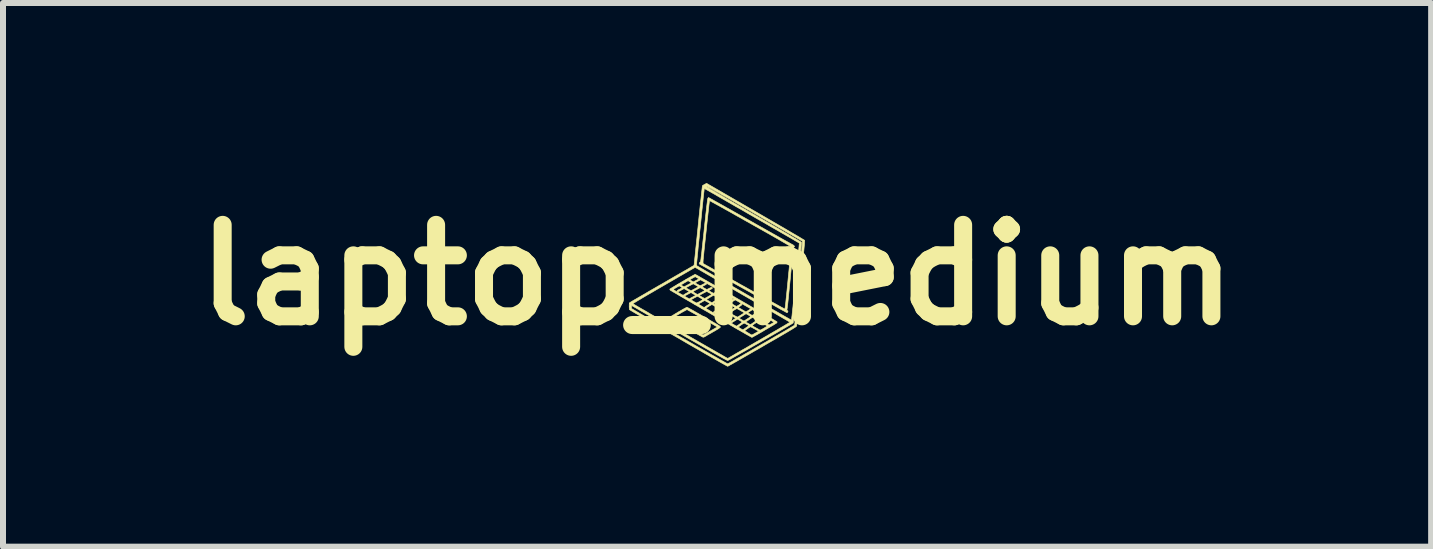
<source format=kicad_pcb>
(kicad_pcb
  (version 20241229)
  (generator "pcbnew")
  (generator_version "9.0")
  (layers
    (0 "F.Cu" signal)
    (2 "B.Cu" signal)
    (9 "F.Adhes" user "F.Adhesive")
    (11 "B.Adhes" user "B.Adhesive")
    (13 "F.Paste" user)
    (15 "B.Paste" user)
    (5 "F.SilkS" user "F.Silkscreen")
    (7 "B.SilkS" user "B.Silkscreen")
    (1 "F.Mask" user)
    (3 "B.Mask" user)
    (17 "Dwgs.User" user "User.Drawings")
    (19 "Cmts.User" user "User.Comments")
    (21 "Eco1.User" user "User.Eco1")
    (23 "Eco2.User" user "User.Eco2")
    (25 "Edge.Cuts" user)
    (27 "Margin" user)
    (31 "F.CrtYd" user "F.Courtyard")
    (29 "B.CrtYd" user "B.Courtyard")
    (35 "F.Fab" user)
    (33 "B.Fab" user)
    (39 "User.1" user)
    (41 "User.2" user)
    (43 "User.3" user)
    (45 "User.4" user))
  (footprint "laptop_medium"
    (layer "F.Cu")
    (at 8.897 1.531)
    (property "Reference" "laptop_medium" (at 0 0 0) (layer "F.SilkS") (effects (font (size 1.524 1.524) (thickness 0.3))))
    (attr through_hole)
    (fp_poly (pts (xy -0.495 0.541) (xy -0.481 0.548) (xy -0.46 0.56) (xy -0.432 0.575) (xy -0.399 0.593) (xy -0.361 0.615) (xy -0.319 0.639) (xy -0.273 0.665) (xy -0.225 0.693) (xy -0.218 0.697) (xy -0.161 0.73) (xy -0.113 0.758) (xy -0.072 0.782) (xy -0.038 0.802) (xy -0.01 0.818) (xy 0.012 0.832) (xy 0.028 0.842) (xy 0.041 0.851) (xy 0.049 0.857) (xy 0.054 0.862) (xy 0.056 0.865) (xy 0.056 0.866) (xy 0.055 0.87) (xy 0.051 0.876) (xy 0.042 0.882) (xy 0.03 0.891) (xy 0.011 0.903) (xy -0.014 0.918) (xy -0.046 0.937) (xy -0.07 0.95) (xy -0.103 0.97) (xy -0.134 0.987) (xy -0.162 1.003) (xy -0.184 1.017) (xy -0.201 1.026) (xy -0.21 1.032) (xy -0.211 1.032) (xy -0.223 1.037) (xy -0.233 1.037) (xy -0.241 1.034) (xy -0.249 1.03) (xy -0.265 1.021) (xy -0.287 1.009) (xy -0.315 0.993) (xy -0.348 0.974) (xy -0.384 0.954) (xy -0.424 0.931) (xy -0.465 0.907) (xy -0.507 0.883) (xy -0.55 0.858) (xy -0.591 0.834) (xy -0.631 0.81) (xy -0.668 0.789) (xy -0.702 0.769) (xy -0.731 0.752) (xy -0.755 0.738) (xy -0.772 0.727) (xy -0.782 0.721) (xy -0.784 0.719) (xy -0.786 0.712) (xy -0.727 0.712) (xy -0.727 0.713) (xy -0.721 0.717) (xy -0.708 0.725) (xy -0.688 0.736) (xy -0.663 0.752) (xy -0.632 0.77) (xy -0.597 0.79) (xy -0.56 0.812) (xy -0.521 0.835) (xy -0.48 0.858) (xy -0.44 0.882) (xy -0.4 0.904) (xy -0.363 0.926) (xy -0.328 0.946) (xy -0.297 0.964) (xy -0.271 0.979) (xy -0.251 0.99) (xy -0.237 0.997) (xy -0.232 1) (xy -0.232 1) (xy -0.226 0.998) (xy -0.213 0.991) (xy -0.194 0.981) (xy -0.169 0.967) (xy -0.141 0.951) (xy -0.111 0.934) (xy 0.005 0.867) (xy -0.009 0.858) (xy -0.023 0.85) (xy -0.043 0.838) (xy -0.07 0.822) (xy -0.101 0.804) (xy -0.136 0.784) (xy -0.174 0.762) (xy -0.213 0.74) (xy -0.254 0.716) (xy -0.294 0.693) (xy -0.334 0.671) (xy -0.371 0.649) (xy -0.406 0.63) (xy -0.436 0.613) (xy -0.462 0.598) (xy -0.482 0.587) (xy -0.495 0.58) (xy -0.5 0.577) (xy -0.5 0.577) (xy -0.506 0.58) (xy -0.519 0.587) (xy -0.539 0.598) (xy -0.563 0.611) (xy -0.592 0.627) (xy -0.618 0.643) (xy -0.655 0.664) (xy -0.684 0.682) (xy -0.707 0.696) (xy -0.721 0.706) (xy -0.727 0.712) (xy -0.786 0.712) (xy -0.786 0.71) (xy -0.786 0.706) (xy -0.781 0.702) (xy -0.769 0.693) (xy -0.751 0.681) (xy -0.727 0.667) (xy -0.7 0.65) (xy -0.671 0.633) (xy -0.64 0.614) (xy -0.609 0.597) (xy -0.58 0.58) (xy -0.554 0.565) (xy -0.531 0.553) (xy -0.514 0.544) (xy -0.503 0.539) (xy -0.501 0.539) (xy -0.495 0.541)) (stroke (width 0.01) (type solid)) (fill yes) (layer "F.SilkS"))
    (fp_poly (pts (xy -0.138 -1.288) (xy -0.125 -1.281) (xy -0.104 -1.269) (xy -0.075 -1.253) (xy -0.04 -1.233) (xy 0.002 -1.21) (xy 0.05 -1.183) (xy 0.104 -1.153) (xy 0.162 -1.12) (xy 0.225 -1.085) (xy 0.292 -1.047) (xy 0.363 -1.007) (xy 0.437 -0.965) (xy 0.513 -0.922) (xy 0.559 -0.897) (xy 0.636 -0.853) (xy 0.712 -0.81) (xy 0.785 -0.769) (xy 0.854 -0.73) (xy 0.92 -0.693) (xy 0.981 -0.659) (xy 1.037 -0.627) (xy 1.089 -0.598) (xy 1.134 -0.573) (xy 1.174 -0.551) (xy 1.207 -0.533) (xy 1.232 -0.519) (xy 1.25 -0.509) (xy 1.26 -0.504) (xy 1.262 -0.503) (xy 1.269 -0.499) (xy 1.279 -0.491) (xy 1.28 -0.49) (xy 1.292 -0.477) (xy 1.281 -0.462) (xy 1.279 -0.459) (xy 1.277 -0.455) (xy 1.276 -0.45) (xy 1.274 -0.441) (xy 1.272 -0.43) (xy 1.27 -0.416) (xy 1.267 -0.397) (xy 1.264 -0.374) (xy 1.261 -0.346) (xy 1.257 -0.311) (xy 1.253 -0.27) (xy 1.248 -0.223) (xy 1.243 -0.167) (xy 1.236 -0.103) (xy 1.229 -0.031) (xy 1.221 0.051) (xy 1.22 0.066) (xy 1.211 0.155) (xy 1.203 0.234) (xy 1.196 0.304) (xy 1.19 0.365) (xy 1.185 0.417) (xy 1.18 0.462) (xy 1.176 0.499) (xy 1.172 0.528) (xy 1.169 0.551) (xy 1.167 0.568) (xy 1.165 0.579) (xy 1.163 0.584) (xy 1.163 0.585) (xy 1.159 0.588) (xy 1.161 0.589) (xy 1.169 0.592) (xy 1.175 0.596) (xy 1.181 0.602) (xy 1.181 0.61) (xy 1.178 0.616) (xy 1.172 0.626) (xy 1.166 0.629) (xy 1.161 0.627) (xy 1.148 0.62) (xy 1.127 0.608) (xy 1.098 0.592) (xy 1.062 0.573) (xy 1.02 0.549) (xy 0.972 0.522) (xy 0.918 0.492) (xy 0.859 0.46) (xy 0.795 0.424) (xy 0.727 0.386) (xy 0.655 0.346) (xy 0.581 0.305) (xy 0.503 0.261) (xy 0.434 0.223) (xy 0.355 0.179) (xy 0.277 0.136) (xy 0.203 0.094) (xy 0.132 0.054) (xy 0.065 0.017) (xy 0.002 -0.018) (xy -0.057 -0.051) (xy -0.11 -0.08) (xy -0.157 -0.107) (xy -0.198 -0.13) (xy -0.233 -0.149) (xy -0.261 -0.164) (xy -0.281 -0.176) (xy -0.293 -0.182) (xy -0.297 -0.184) (xy -0.297 -0.189) (xy -0.294 -0.2) (xy -0.293 -0.202) (xy -0.287 -0.21) (xy -0.233 -0.21) (xy -0.233 -0.202) (xy -0.233 -0.196) (xy -0.232 -0.193) (xy -0.23 -0.19) (xy -0.229 -0.189) (xy -0.228 -0.188) (xy -0.222 -0.185) (xy -0.207 -0.176) (xy -0.186 -0.164) (xy -0.157 -0.148) (xy -0.121 -0.128) (xy -0.08 -0.105) (xy -0.034 -0.079) (xy 0.018 -0.05) (xy 0.073 -0.019) (xy 0.131 0.014) (xy 0.193 0.048) (xy 0.257 0.084) (xy 0.323 0.12) (xy 0.389 0.158) (xy 0.457 0.195) (xy 0.524 0.233) (xy 0.59 0.27) (xy 0.656 0.306) (xy 0.719 0.341) (xy 0.78 0.375) (xy 0.839 0.408) (xy 0.893 0.438) (xy 0.944 0.466) (xy 0.989 0.491) (xy 1.03 0.514) (xy 1.064 0.533) (xy 1.092 0.548) (xy 1.113 0.559) (xy 1.126 0.566) (xy 1.13 0.569) (xy 1.132 0.564) (xy 1.134 0.549) (xy 1.137 0.525) (xy 1.141 0.492) (xy 1.146 0.45) (xy 1.151 0.399) (xy 1.157 0.341) (xy 1.164 0.274) (xy 1.171 0.201) (xy 1.179 0.12) (xy 1.185 0.057) (xy 1.192 -0.014) (xy 1.199 -0.083) (xy 1.205 -0.148) (xy 1.211 -0.209) (xy 1.216 -0.265) (xy 1.221 -0.315) (xy 1.225 -0.36) (xy 1.229 -0.397) (xy 1.231 -0.427) (xy 1.233 -0.449) (xy 1.234 -0.462) (xy 1.235 -0.465) (xy 1.233 -0.467) (xy 1.228 -0.471) (xy 1.219 -0.477) (xy 1.207 -0.485) (xy 1.19 -0.496) (xy 1.168 -0.509) (xy 1.141 -0.525) (xy 1.108 -0.544) (xy 1.07 -0.566) (xy 1.026 -0.592) (xy 0.975 -0.621) (xy 0.917 -0.654) (xy 0.852 -0.691) (xy 0.779 -0.732) (xy 0.698 -0.778) (xy 0.609 -0.828) (xy 0.556 -0.858) (xy 0.479 -0.901) (xy 0.405 -0.943) (xy 0.333 -0.983) (xy 0.265 -1.022) (xy 0.201 -1.058) (xy 0.141 -1.091) (xy 0.086 -1.122) (xy 0.036 -1.15) (xy -0.008 -1.174) (xy -0.046 -1.195) (xy -0.077 -1.212) (xy -0.1 -1.225) (xy -0.117 -1.234) (xy -0.124 -1.238) (xy -0.125 -1.238) (xy -0.126 -1.233) (xy -0.128 -1.218) (xy -0.131 -1.194) (xy -0.135 -1.163) (xy -0.139 -1.124) (xy -0.144 -1.078) (xy -0.15 -1.026) (xy -0.156 -0.969) (xy -0.163 -0.907) (xy -0.17 -0.841) (xy -0.177 -0.771) (xy -0.183 -0.715) (xy -0.192 -0.631) (xy -0.2 -0.557) (xy -0.207 -0.492) (xy -0.213 -0.435) (xy -0.218 -0.386) (xy -0.222 -0.344) (xy -0.226 -0.308) (xy -0.228 -0.279) (xy -0.231 -0.255) (xy -0.232 -0.236) (xy -0.233 -0.221) (xy -0.233 -0.21) (xy -0.287 -0.21) (xy -0.286 -0.212) (xy -0.279 -0.216) (xy -0.278 -0.216) (xy -0.277 -0.217) (xy -0.275 -0.224) (xy -0.273 -0.235) (xy -0.27 -0.252) (xy -0.267 -0.275) (xy -0.264 -0.304) (xy -0.259 -0.341) (xy -0.254 -0.384) (xy -0.249 -0.436) (xy -0.242 -0.495) (xy -0.235 -0.564) (xy -0.226 -0.641) (xy -0.217 -0.728) (xy -0.216 -0.74) (xy -0.206 -0.838) (xy -0.196 -0.925) (xy -0.188 -1.002) (xy -0.18 -1.07) (xy -0.174 -1.128) (xy -0.168 -1.176) (xy -0.163 -1.214) (xy -0.16 -1.243) (xy -0.157 -1.263) (xy -0.155 -1.273) (xy -0.154 -1.274) (xy -0.148 -1.282) (xy -0.147 -1.286) (xy -0.144 -1.29) (xy -0.143 -1.29) (xy -0.138 -1.288)) (stroke (width 0.01) (type solid)) (fill yes) (layer "F.SilkS"))
    (fp_poly (pts (xy 0.641 -1.055) (xy 0.726 -1.006) (xy 0.807 -0.959) (xy 0.886 -0.913) (xy 0.962 -0.869) (xy 1.034 -0.827) (xy 1.102 -0.788) (xy 1.165 -0.751) (xy 1.224 -0.716) (xy 1.277 -0.685) (xy 1.324 -0.658) (xy 1.365 -0.634) (xy 1.399 -0.613) (xy 1.426 -0.597) (xy 1.446 -0.585) (xy 1.457 -0.578) (xy 1.46 -0.576) (xy 1.46 -0.57) (xy 1.459 -0.554) (xy 1.457 -0.53) (xy 1.455 -0.498) (xy 1.451 -0.459) (xy 1.447 -0.413) (xy 1.442 -0.361) (xy 1.437 -0.304) (xy 1.432 -0.242) (xy 1.426 -0.177) (xy 1.419 -0.108) (xy 1.413 -0.037) (xy 1.406 0.035) (xy 1.399 0.109) (xy 1.392 0.183) (xy 1.385 0.256) (xy 1.378 0.328) (xy 1.371 0.399) (xy 1.365 0.467) (xy 1.359 0.532) (xy 1.353 0.592) (xy 1.347 0.649) (xy 1.342 0.7) (xy 1.337 0.744) (xy 1.333 0.782) (xy 1.33 0.813) (xy 1.328 0.836) (xy 1.326 0.849) (xy 1.325 0.853) (xy 1.323 0.856) (xy 1.316 0.861) (xy 1.306 0.869) (xy 1.291 0.878) (xy 1.272 0.89) (xy 1.247 0.906) (xy 1.216 0.924) (xy 1.18 0.946) (xy 1.137 0.971) (xy 1.088 1) (xy 1.031 1.033) (xy 0.967 1.07) (xy 0.895 1.111) (xy 0.815 1.157) (xy 0.754 1.193) (xy 0.684 1.234) (xy 0.616 1.272) (xy 0.551 1.31) (xy 0.49 1.345) (xy 0.433 1.378) (xy 0.38 1.408) (xy 0.332 1.436) (xy 0.289 1.46) (xy 0.253 1.481) (xy 0.223 1.497) (xy 0.201 1.51) (xy 0.186 1.518) (xy 0.179 1.522) (xy 0.179 1.522) (xy 0.173 1.52) (xy 0.16 1.513) (xy 0.138 1.501) (xy 0.109 1.485) (xy 0.073 1.465) (xy 0.031 1.441) (xy -0.018 1.413) (xy -0.073 1.382) (xy -0.132 1.348) (xy -0.197 1.311) (xy -0.266 1.271) (xy -0.339 1.229) (xy -0.416 1.185) (xy -0.496 1.139) (xy -0.578 1.091) (xy -0.642 1.054) (xy -0.726 1.006) (xy -0.808 0.959) (xy -0.886 0.913) (xy -0.962 0.869) (xy -1.034 0.827) (xy -1.102 0.788) (xy -1.165 0.751) (xy -1.223 0.717) (xy -1.276 0.686) (xy -1.323 0.659) (xy -1.364 0.635) (xy -1.398 0.615) (xy -1.425 0.599) (xy -1.444 0.587) (xy -1.456 0.58) (xy -1.459 0.578) (xy -1.46 0.571) (xy -1.462 0.555) (xy -1.463 0.535) (xy -1.463 0.532) (xy -1.427 0.532) (xy -1.426 0.547) (xy -1.424 0.558) (xy -1.423 0.56) (xy -1.417 0.564) (xy -1.404 0.572) (xy -1.382 0.585) (xy -1.354 0.602) (xy -1.318 0.623) (xy -1.277 0.647) (xy -1.23 0.674) (xy -1.178 0.704) (xy -1.122 0.737) (xy -1.062 0.772) (xy -0.998 0.809) (xy -0.932 0.847) (xy -0.863 0.887) (xy -0.792 0.927) (xy -0.72 0.969) (xy -0.648 1.011) (xy -0.575 1.053) (xy -0.502 1.094) (xy -0.431 1.135) (xy -0.361 1.176) (xy -0.292 1.215) (xy -0.227 1.252) (xy -0.164 1.288) (xy -0.105 1.322) (xy -0.05 1.353) (xy 0.001 1.382) (xy 0.046 1.408) (xy 0.085 1.43) (xy 0.119 1.449) (xy 0.145 1.464) (xy 0.164 1.474) (xy 0.176 1.48) (xy 0.179 1.481) (xy 0.184 1.479) (xy 0.198 1.471) (xy 0.219 1.459) (xy 0.248 1.443) (xy 0.283 1.423) (xy 0.324 1.399) (xy 0.371 1.373) (xy 0.423 1.343) (xy 0.479 1.31) (xy 0.54 1.276) (xy 0.603 1.239) (xy 0.67 1.2) (xy 0.739 1.16) (xy 0.808 1.121) (xy 0.875 1.082) (xy 0.938 1.045) (xy 0.998 1.01) (xy 1.054 0.978) (xy 1.106 0.948) (xy 1.152 0.921) (xy 1.193 0.897) (xy 1.227 0.876) (xy 1.255 0.86) (xy 1.276 0.847) (xy 1.289 0.839) (xy 1.293 0.836) (xy 1.293 0.836) (xy 1.294 0.83) (xy 1.295 0.815) (xy 1.298 0.791) (xy 1.301 0.759) (xy 1.305 0.718) (xy 1.31 0.671) (xy 1.315 0.617) (xy 1.321 0.557) (xy 1.327 0.491) (xy 1.334 0.421) (xy 1.341 0.346) (xy 1.348 0.268) (xy 1.356 0.187) (xy 1.361 0.137) (xy 1.371 0.034) (xy 1.379 -0.059) (xy 1.387 -0.143) (xy 1.394 -0.218) (xy 1.4 -0.285) (xy 1.406 -0.343) (xy 1.41 -0.393) (xy 1.414 -0.436) (xy 1.417 -0.472) (xy 1.419 -0.502) (xy 1.42 -0.525) (xy 1.421 -0.542) (xy 1.422 -0.554) (xy 1.421 -0.56) (xy 1.421 -0.562) (xy 1.416 -0.565) (xy 1.402 -0.573) (xy 1.381 -0.586) (xy 1.353 -0.602) (xy 1.317 -0.623) (xy 1.274 -0.648) (xy 1.226 -0.676) (xy 1.172 -0.707) (xy 1.112 -0.742) (xy 1.048 -0.779) (xy 0.98 -0.819) (xy 0.907 -0.861) (xy 0.831 -0.905) (xy 0.752 -0.95) (xy 0.67 -0.998) (xy 0.621 -1.026) (xy 0.521 -1.084) (xy 0.429 -1.137) (xy 0.346 -1.185) (xy 0.27 -1.229) (xy 0.202 -1.268) (xy 0.14 -1.303) (xy 0.085 -1.334) (xy 0.037 -1.362) (xy -0.006 -1.386) (xy -0.043 -1.407) (xy -0.074 -1.425) (xy -0.101 -1.44) (xy -0.124 -1.452) (xy -0.142 -1.462) (xy -0.156 -1.469) (xy -0.168 -1.474) (xy -0.175 -1.478) (xy -0.181 -1.48) (xy -0.184 -1.48) (xy -0.184 -1.48) (xy -0.184 -1.479) (xy -0.182 -1.476) (xy -0.177 -1.472) (xy -0.169 -1.467) (xy -0.158 -1.459) (xy -0.142 -1.449) (xy -0.123 -1.437) (xy -0.099 -1.423) (xy -0.07 -1.406) (xy -0.036 -1.386) (xy 0.003 -1.362) (xy 0.049 -1.336) (xy 0.1 -1.306) (xy 0.158 -1.272) (xy 0.224 -1.234) (xy 0.296 -1.192) (xy 0.376 -1.146) (xy 0.464 -1.095) (xy 0.56 -1.039) (xy 0.604 -1.014) (xy 0.687 -0.966) (xy 0.768 -0.919) (xy 0.846 -0.874) (xy 0.921 -0.83) (xy 0.992 -0.789) (xy 1.059 -0.75) (xy 1.122 -0.713) (xy 1.179 -0.68) (xy 1.231 -0.649) (xy 1.277 -0.622) (xy 1.317 -0.599) (xy 1.35 -0.579) (xy 1.376 -0.564) (xy 1.394 -0.552) (xy 1.404 -0.546) (xy 1.406 -0.544) (xy 1.406 -0.538) (xy 1.405 -0.523) (xy 1.403 -0.499) (xy 1.4 -0.466) (xy 1.397 -0.427) (xy 1.392 -0.381) (xy 1.387 -0.33) (xy 1.382 -0.273) (xy 1.376 -0.213) (xy 1.369 -0.148) (xy 1.363 -0.081) (xy 1.356 -0.012) (xy 1.348 0.059) (xy 1.341 0.131) (xy 1.334 0.202) (xy 1.327 0.273) (xy 1.319 0.342) (xy 1.312 0.409) (xy 1.305 0.473) (xy 1.299 0.534) (xy 1.293 0.59) (xy 1.287 0.641) (xy 1.282 0.686) (xy 1.278 0.725) (xy 1.274 0.757) (xy 1.271 0.78) (xy 1.269 0.795) (xy 1.268 0.801) (xy 1.262 0.804) (xy 1.248 0.813) (xy 1.227 0.826) (xy 1.199 0.842) (xy 1.165 0.862) (xy 1.125 0.885) (xy 1.08 0.911) (xy 1.031 0.94) (xy 0.979 0.97) (xy 0.924 1.002) (xy 0.866 1.035) (xy 0.807 1.069) (xy 0.747 1.103) (xy 0.687 1.138) (xy 0.627 1.172) (xy 0.568 1.206) (xy 0.511 1.239) (xy 0.456 1.27) (xy 0.404 1.299) (xy 0.356 1.327) (xy 0.313 1.351) (xy 0.274 1.373) (xy 0.241 1.392) (xy 0.214 1.407) (xy 0.194 1.418) (xy 0.182 1.424) (xy 0.178 1.426) (xy 0.173 1.425) (xy 0.164 1.42) (xy 0.149 1.413) (xy 0.128 1.401) (xy 0.101 1.387) (xy 0.068 1.368) (xy 0.028 1.346) (xy -0.018 1.32) (xy -0.072 1.289) (xy -0.132 1.255) (xy -0.2 1.216) (xy -0.276 1.172) (xy -0.359 1.124) (xy -0.451 1.072) (xy -0.551 1.014) (xy -0.63 0.968) (xy -1.425 0.508) (xy -1.427 0.532) (xy -1.463 0.532) (xy -1.463 0.52) (xy -1.463 0.496) (xy -1.462 0.48) (xy -1.462 0.479) (xy -1.403 0.479) (xy -1.398 0.482) (xy -1.385 0.49) (xy -1.364 0.502) (xy -1.336 0.519) (xy -1.301 0.539) (xy -1.26 0.563) (xy -1.214 0.589) (xy -1.162 0.619) (xy -1.107 0.652) (xy -1.047 0.686) (xy -0.984 0.723) (xy -0.918 0.761) (xy -0.849 0.8) (xy -0.779 0.841) (xy -0.708 0.882) (xy -0.636 0.924) (xy -0.564 0.965) (xy -0.492 1.007) (xy -0.421 1.048) (xy -0.351 1.088) (xy -0.284 1.127) (xy -0.219 1.164) (xy -0.157 1.2) (xy -0.098 1.233) (xy -0.044 1.264) (xy 0.006 1.293) (xy 0.05 1.318) (xy 0.089 1.34) (xy 0.121 1.359) (xy 0.147 1.374) (xy 0.165 1.384) (xy 0.176 1.39) (xy 0.178 1.391) (xy 0.183 1.388) (xy 0.196 1.381) (xy 0.217 1.369) (xy 0.244 1.353) (xy 0.279 1.333) (xy 0.319 1.309) (xy 0.365 1.283) (xy 0.416 1.253) (xy 0.472 1.222) (xy 0.531 1.187) (xy 0.594 1.151) (xy 0.659 1.113) (xy 0.7 1.09) (xy 0.767 1.051) (xy 0.831 1.014) (xy 0.892 0.978) (xy 0.949 0.945) (xy 1.003 0.914) (xy 1.051 0.885) (xy 1.095 0.86) (xy 1.132 0.838) (xy 1.163 0.819) (xy 1.188 0.804) (xy 1.205 0.794) (xy 1.214 0.788) (xy 1.215 0.787) (xy 1.21 0.784) (xy 1.197 0.776) (xy 1.176 0.764) (xy 1.148 0.747) (xy 1.112 0.727) (xy 1.07 0.702) (xy 1.022 0.675) (xy 0.968 0.643) (xy 0.909 0.609) (xy 0.845 0.572) (xy 0.777 0.533) (xy 0.705 0.491) (xy 0.629 0.447) (xy 0.55 0.401) (xy 0.469 0.354) (xy 0.423 0.328) (xy -0.365 -0.127) (xy -0.886 0.174) (xy -0.953 0.213) (xy -1.017 0.25) (xy -1.078 0.286) (xy -1.136 0.319) (xy -1.189 0.35) (xy -1.238 0.379) (xy -1.281 0.405) (xy -1.319 0.427) (xy -1.35 0.446) (xy -1.375 0.461) (xy -1.392 0.471) (xy -1.401 0.478) (xy -1.403 0.479) (xy -1.462 0.479) (xy -1.46 0.469) (xy -1.456 0.463) (xy -1.454 0.461) (xy -1.449 0.458) (xy -1.435 0.45) (xy -1.414 0.437) (xy -1.385 0.42) (xy -1.35 0.4) (xy -1.309 0.376) (xy -1.262 0.349) (xy -1.21 0.319) (xy -1.154 0.286) (xy -1.094 0.251) (xy -1.031 0.215) (xy -0.964 0.176) (xy -0.914 0.148) (xy -0.847 0.109) (xy -0.782 0.071) (xy -0.72 0.035) (xy -0.661 0.001) (xy -0.607 -0.03) (xy -0.557 -0.059) (xy -0.512 -0.084) (xy -0.473 -0.107) (xy -0.441 -0.126) (xy -0.415 -0.141) (xy -0.396 -0.152) (xy -0.385 -0.158) (xy -0.383 -0.159) (xy -0.342 -0.159) (xy -0.342 -0.158) (xy -0.337 -0.154) (xy -0.324 -0.146) (xy -0.303 -0.134) (xy -0.275 -0.117) (xy -0.24 -0.097) (xy -0.199 -0.073) (xy -0.152 -0.046) (xy -0.101 -0.017) (xy -0.045 0.016) (xy 0.015 0.05) (xy 0.078 0.087) (xy 0.144 0.125) (xy 0.212 0.164) (xy 0.283 0.205) (xy 0.354 0.246) (xy 0.426 0.287) (xy 0.498 0.329) (xy 0.57 0.37) (xy 0.641 0.411) (xy 0.711 0.451) (xy 0.778 0.49) (xy 0.843 0.527) (xy 0.905 0.563) (xy 0.964 0.596) (xy 1.018 0.627) (xy 1.068 0.656) (xy 1.112 0.681) (xy 1.151 0.703) (xy 1.183 0.721) (xy 1.209 0.736) (xy 1.227 0.746) (xy 1.238 0.752) (xy 1.24 0.753) (xy 1.241 0.747) (xy 1.243 0.732) (xy 1.245 0.709) (xy 1.249 0.677) (xy 1.253 0.637) (xy 1.258 0.59) (xy 1.264 0.537) (xy 1.27 0.477) (xy 1.277 0.413) (xy 1.284 0.344) (xy 1.291 0.271) (xy 1.299 0.194) (xy 1.307 0.115) (xy 1.308 0.11) (xy 1.316 0.031) (xy 1.324 -0.046) (xy 1.331 -0.119) (xy 1.338 -0.188) (xy 1.344 -0.253) (xy 1.35 -0.312) (xy 1.356 -0.366) (xy 1.36 -0.413) (xy 1.364 -0.453) (xy 1.367 -0.485) (xy 1.369 -0.509) (xy 1.371 -0.525) (xy 1.371 -0.53) (xy 1.371 -0.53) (xy 1.365 -0.534) (xy 1.351 -0.542) (xy 1.33 -0.555) (xy 1.301 -0.571) (xy 1.266 -0.592) (xy 1.225 -0.616) (xy 1.178 -0.643) (xy 1.126 -0.673) (xy 1.07 -0.705) (xy 1.01 -0.74) (xy 0.947 -0.776) (xy 0.88 -0.814) (xy 0.812 -0.854) (xy 0.742 -0.894) (xy 0.67 -0.935) (xy 0.598 -0.977) (xy 0.526 -1.018) (xy 0.454 -1.06) (xy 0.383 -1.101) (xy 0.313 -1.14) (xy 0.246 -1.179) (xy 0.181 -1.216) (xy 0.119 -1.252) (xy 0.061 -1.285) (xy 0.007 -1.316) (xy -0.042 -1.345) (xy -0.087 -1.37) (xy -0.125 -1.392) (xy -0.157 -1.41) (xy -0.182 -1.424) (xy -0.2 -1.434) (xy -0.21 -1.44) (xy -0.212 -1.441) (xy -0.213 -1.435) (xy -0.215 -1.421) (xy -0.217 -1.397) (xy -0.221 -1.366) (xy -0.225 -1.328) (xy -0.23 -1.283) (xy -0.235 -1.232) (xy -0.241 -1.177) (xy -0.247 -1.117) (xy -0.254 -1.054) (xy -0.26 -0.988) (xy -0.267 -0.92) (xy -0.274 -0.851) (xy -0.281 -0.781) (xy -0.289 -0.712) (xy -0.295 -0.643) (xy -0.302 -0.576) (xy -0.309 -0.512) (xy -0.315 -0.45) (xy -0.32 -0.392) (xy -0.326 -0.339) (xy -0.33 -0.292) (xy -0.334 -0.25) (xy -0.338 -0.215) (xy -0.34 -0.188) (xy -0.342 -0.169) (xy -0.342 -0.159) (xy -0.383 -0.159) (xy -0.383 -0.159) (xy -0.382 -0.164) (xy -0.381 -0.179) (xy -0.378 -0.202) (xy -0.375 -0.234) (xy -0.371 -0.274) (xy -0.366 -0.32) (xy -0.361 -0.374) (xy -0.355 -0.433) (xy -0.348 -0.497) (xy -0.341 -0.567) (xy -0.333 -0.64) (xy -0.326 -0.717) (xy -0.317 -0.798) (xy -0.315 -0.82) (xy -0.307 -0.901) (xy -0.299 -0.98) (xy -0.291 -1.054) (xy -0.284 -1.125) (xy -0.277 -1.191) (xy -0.27 -1.253) (xy -0.264 -1.308) (xy -0.259 -1.357) (xy -0.254 -1.399) (xy -0.25 -1.433) (xy -0.247 -1.46) (xy -0.245 -1.477) (xy -0.244 -1.485) (xy -0.244 -1.486) (xy -0.237 -1.491) (xy -0.225 -1.499) (xy -0.208 -1.508) (xy -0.207 -1.509) (xy -0.174 -1.526) (xy 0.641 -1.055)) (stroke (width 0.01) (type solid)) (fill yes) (layer "F.SilkS"))
    (fp_poly (pts (xy -0.36 -0.008) (xy -0.346 -0.000373) (xy -0.325 0.011) (xy -0.297 0.027) (xy -0.263 0.047) (xy -0.222 0.07) (xy -0.177 0.096) (xy -0.127 0.125) (xy -0.072 0.156) (xy -0.014 0.19) (xy 0.047 0.225) (xy 0.11 0.262) (xy 0.175 0.299) (xy 0.242 0.338) (xy 0.309 0.377) (xy 0.376 0.416) (xy 0.442 0.454) (xy 0.508 0.492) (xy 0.572 0.53) (xy 0.633 0.565) (xy 0.692 0.6) (xy 0.748 0.632) (xy 0.799 0.662) (xy 0.846 0.69) (xy 0.888 0.714) (xy 0.924 0.735) (xy 0.953 0.753) (xy 0.976 0.767) (xy 0.992 0.776) (xy 0.999 0.781) (xy 1 0.782) (xy 0.999 0.792) (xy 0.997 0.797) (xy 0.992 0.801) (xy 0.979 0.809) (xy 0.96 0.821) (xy 0.935 0.837) (xy 0.905 0.854) (xy 0.872 0.874) (xy 0.837 0.895) (xy 0.8 0.916) (xy 0.764 0.938) (xy 0.728 0.959) (xy 0.694 0.978) (xy 0.664 0.996) (xy 0.637 1.01) (xy 0.616 1.022) (xy 0.604 1.029) (xy 0.581 1.041) (xy 0.561 1.03) (xy 0.55 1.024) (xy 0.531 1.013) (xy 0.504 0.998) (xy 0.472 0.98) (xy 0.433 0.957) (xy 0.389 0.932) (xy 0.386 0.93) (xy 0.463 0.93) (xy 0.468 0.934) (xy 0.479 0.942) (xy 0.496 0.952) (xy 0.515 0.964) (xy 0.534 0.976) (xy 0.553 0.987) (xy 0.568 0.995) (xy 0.578 1) (xy 0.58 1.001) (xy 0.585 0.998) (xy 0.598 0.992) (xy 0.615 0.982) (xy 0.636 0.97) (xy 0.637 0.97) (xy 0.658 0.958) (xy 0.675 0.948) (xy 0.686 0.941) (xy 0.691 0.938) (xy 0.691 0.937) (xy 0.687 0.934) (xy 0.676 0.927) (xy 0.659 0.918) (xy 0.64 0.907) (xy 0.619 0.895) (xy 0.598 0.884) (xy 0.58 0.874) (xy 0.567 0.867) (xy 0.559 0.864) (xy 0.559 0.864) (xy 0.552 0.866) (xy 0.539 0.874) (xy 0.523 0.884) (xy 0.506 0.896) (xy 0.489 0.908) (xy 0.475 0.918) (xy 0.466 0.926) (xy 0.463 0.93) (xy 0.386 0.93) (xy 0.339 0.904) (xy 0.286 0.873) (xy 0.278 0.868) (xy 0.356 0.868) (xy 0.36 0.872) (xy 0.37 0.879) (xy 0.384 0.889) (xy 0.4 0.898) (xy 0.415 0.907) (xy 0.426 0.912) (xy 0.431 0.914) (xy 0.435 0.912) (xy 0.447 0.904) (xy 0.463 0.893) (xy 0.48 0.881) (xy 0.499 0.868) (xy 0.515 0.857) (xy 0.525 0.849) (xy 0.528 0.846) (xy 0.526 0.843) (xy 0.585 0.843) (xy 0.589 0.847) (xy 0.6 0.854) (xy 0.616 0.864) (xy 0.636 0.875) (xy 0.657 0.887) (xy 0.678 0.898) (xy 0.696 0.908) (xy 0.71 0.916) (xy 0.718 0.919) (xy 0.719 0.919) (xy 0.725 0.917) (xy 0.738 0.91) (xy 0.756 0.901) (xy 0.777 0.889) (xy 0.779 0.888) (xy 0.8 0.875) (xy 0.817 0.864) (xy 0.829 0.856) (xy 0.834 0.851) (xy 0.834 0.851) (xy 0.829 0.847) (xy 0.818 0.839) (xy 0.8 0.827) (xy 0.778 0.814) (xy 0.764 0.806) (xy 0.695 0.766) (xy 0.64 0.803) (xy 0.619 0.817) (xy 0.602 0.83) (xy 0.59 0.838) (xy 0.585 0.843) (xy 0.585 0.843) (xy 0.526 0.843) (xy 0.524 0.842) (xy 0.514 0.835) (xy 0.499 0.827) (xy 0.483 0.818) (xy 0.468 0.81) (xy 0.457 0.804) (xy 0.452 0.803) (xy 0.446 0.805) (xy 0.433 0.812) (xy 0.417 0.823) (xy 0.4 0.834) (xy 0.383 0.846) (xy 0.368 0.857) (xy 0.358 0.865) (xy 0.356 0.868) (xy 0.278 0.868) (xy 0.229 0.84) (xy 0.169 0.805) (xy 0.164 0.802) (xy 0.239 0.802) (xy 0.243 0.806) (xy 0.254 0.813) (xy 0.268 0.822) (xy 0.285 0.832) (xy 0.301 0.841) (xy 0.315 0.849) (xy 0.324 0.853) (xy 0.325 0.853) (xy 0.33 0.85) (xy 0.341 0.843) (xy 0.358 0.832) (xy 0.373 0.821) (xy 0.391 0.808) (xy 0.406 0.797) (xy 0.415 0.788) (xy 0.418 0.785) (xy 0.417 0.784) (xy 0.477 0.784) (xy 0.514 0.805) (xy 0.532 0.815) (xy 0.546 0.823) (xy 0.555 0.826) (xy 0.556 0.826) (xy 0.562 0.823) (xy 0.575 0.816) (xy 0.592 0.804) (xy 0.612 0.791) (xy 0.613 0.79) (xy 0.633 0.776) (xy 0.65 0.765) (xy 0.661 0.756) (xy 0.665 0.752) (xy 0.665 0.752) (xy 0.661 0.748) (xy 0.65 0.741) (xy 0.634 0.732) (xy 0.627 0.728) (xy 0.589 0.707) (xy 0.477 0.784) (xy 0.417 0.784) (xy 0.414 0.781) (xy 0.403 0.773) (xy 0.387 0.763) (xy 0.379 0.758) (xy 0.341 0.736) (xy 0.29 0.768) (xy 0.27 0.78) (xy 0.254 0.791) (xy 0.243 0.799) (xy 0.239 0.802) (xy 0.164 0.802) (xy 0.106 0.769) (xy 0.042 0.732) (xy 0.015 0.716) (xy 0.091 0.716) (xy 0.095 0.719) (xy 0.106 0.726) (xy 0.122 0.736) (xy 0.141 0.748) (xy 0.16 0.76) (xy 0.178 0.771) (xy 0.194 0.78) (xy 0.204 0.786) (xy 0.207 0.787) (xy 0.212 0.785) (xy 0.223 0.778) (xy 0.24 0.768) (xy 0.259 0.756) (xy 0.279 0.743) (xy 0.295 0.732) (xy 0.306 0.725) (xy 0.31 0.721) (xy 0.307 0.719) (xy 0.367 0.719) (xy 0.37 0.722) (xy 0.38 0.728) (xy 0.394 0.737) (xy 0.41 0.746) (xy 0.426 0.755) (xy 0.439 0.763) (xy 0.447 0.766) (xy 0.448 0.767) (xy 0.454 0.764) (xy 0.466 0.757) (xy 0.483 0.746) (xy 0.503 0.733) (xy 0.506 0.731) (xy 0.526 0.718) (xy 0.542 0.706) (xy 0.554 0.697) (xy 0.559 0.692) (xy 0.559 0.692) (xy 0.556 0.69) (xy 0.614 0.69) (xy 0.638 0.704) (xy 0.654 0.713) (xy 0.668 0.721) (xy 0.674 0.725) (xy 0.684 0.73) (xy 0.693 0.731) (xy 0.703 0.727) (xy 0.717 0.719) (xy 0.732 0.709) (xy 0.75 0.697) (xy 0.762 0.691) (xy 0.769 0.691) (xy 0.771 0.692) (xy 0.776 0.699) (xy 0.775 0.707) (xy 0.766 0.716) (xy 0.749 0.729) (xy 0.736 0.739) (xy 0.727 0.747) (xy 0.724 0.751) (xy 0.724 0.751) (xy 0.73 0.756) (xy 0.744 0.764) (xy 0.762 0.774) (xy 0.783 0.787) (xy 0.805 0.799) (xy 0.826 0.811) (xy 0.845 0.821) (xy 0.859 0.829) (xy 0.867 0.832) (xy 0.868 0.833) (xy 0.875 0.83) (xy 0.888 0.824) (xy 0.905 0.815) (xy 0.912 0.811) (xy 0.951 0.788) (xy 0.916 0.768) (xy 0.859 0.735) (xy 0.81 0.707) (xy 0.77 0.684) (xy 0.738 0.665) (xy 0.714 0.652) (xy 0.698 0.643) (xy 0.692 0.64) (xy 0.691 0.64) (xy 0.686 0.643) (xy 0.674 0.65) (xy 0.659 0.66) (xy 0.651 0.665) (xy 0.614 0.69) (xy 0.556 0.69) (xy 0.555 0.688) (xy 0.543 0.681) (xy 0.528 0.671) (xy 0.521 0.667) (xy 0.483 0.646) (xy 0.426 0.682) (xy 0.404 0.695) (xy 0.386 0.706) (xy 0.373 0.715) (xy 0.367 0.719) (xy 0.367 0.719) (xy 0.307 0.719) (xy 0.306 0.718) (xy 0.294 0.71) (xy 0.277 0.7) (xy 0.256 0.688) (xy 0.249 0.684) (xy 0.187 0.649) (xy 0.139 0.681) (xy 0.12 0.694) (xy 0.105 0.705) (xy 0.095 0.713) (xy 0.091 0.716) (xy 0.015 0.716) (xy -0.024 0.694) (xy -0.091 0.655) (xy -0.157 0.616) (xy -0.224 0.578) (xy -0.263 0.555) (xy -0.186 0.555) (xy -0.182 0.559) (xy -0.17 0.567) (xy -0.152 0.578) (xy -0.129 0.591) (xy -0.103 0.607) (xy -0.075 0.623) (xy -0.046 0.64) (xy -0.018 0.656) (xy 0.007 0.671) (xy 0.03 0.683) (xy 0.047 0.693) (xy 0.058 0.698) (xy 0.062 0.7) (xy 0.067 0.697) (xy 0.079 0.689) (xy 0.095 0.678) (xy 0.111 0.668) (xy 0.13 0.655) (xy 0.145 0.645) (xy 0.155 0.638) (xy 0.157 0.635) (xy 0.156 0.634) (xy 0.216 0.634) (xy 0.223 0.639) (xy 0.236 0.647) (xy 0.254 0.658) (xy 0.275 0.669) (xy 0.295 0.68) (xy 0.315 0.69) (xy 0.33 0.697) (xy 0.34 0.702) (xy 0.343 0.702) (xy 0.349 0.698) (xy 0.362 0.69) (xy 0.379 0.68) (xy 0.4 0.667) (xy 0.42 0.654) (xy 0.437 0.643) (xy 0.448 0.635) (xy 0.452 0.631) (xy 0.452 0.631) (xy 0.451 0.63) (xy 0.513 0.63) (xy 0.517 0.634) (xy 0.528 0.641) (xy 0.544 0.65) (xy 0.55 0.654) (xy 0.565 0.663) (xy 0.576 0.669) (xy 0.585 0.671) (xy 0.594 0.669) (xy 0.605 0.663) (xy 0.621 0.653) (xy 0.636 0.643) (xy 0.649 0.634) (xy 0.658 0.627) (xy 0.66 0.624) (xy 0.656 0.62) (xy 0.646 0.613) (xy 0.63 0.603) (xy 0.625 0.6) (xy 0.589 0.579) (xy 0.551 0.603) (xy 0.534 0.614) (xy 0.521 0.623) (xy 0.514 0.629) (xy 0.513 0.63) (xy 0.451 0.63) (xy 0.448 0.627) (xy 0.437 0.62) (xy 0.421 0.61) (xy 0.401 0.599) (xy 0.381 0.587) (xy 0.361 0.576) (xy 0.344 0.567) (xy 0.335 0.562) (xy 0.329 0.562) (xy 0.318 0.566) (xy 0.302 0.575) (xy 0.279 0.589) (xy 0.27 0.595) (xy 0.249 0.608) (xy 0.232 0.62) (xy 0.22 0.629) (xy 0.216 0.633) (xy 0.216 0.634) (xy 0.156 0.634) (xy 0.153 0.632) (xy 0.143 0.625) (xy 0.127 0.615) (xy 0.109 0.604) (xy 0.091 0.594) (xy 0.074 0.584) (xy 0.061 0.577) (xy 0.054 0.574) (xy 0.054 0.574) (xy 0.049 0.577) (xy 0.037 0.584) (xy 0.021 0.594) (xy 0.007 0.602) (xy -0.015 0.617) (xy -0.031 0.626) (xy -0.042 0.632) (xy -0.048 0.633) (xy -0.052 0.631) (xy -0.055 0.626) (xy -0.056 0.625) (xy -0.057 0.62) (xy -0.056 0.615) (xy -0.05 0.609) (xy -0.037 0.6) (xy -0.018 0.587) (xy -0.017 0.587) (xy 0.001 0.575) (xy 0.015 0.565) (xy 0.023 0.559) (xy 0.085 0.559) (xy 0.092 0.564) (xy 0.105 0.572) (xy 0.122 0.582) (xy 0.141 0.592) (xy 0.159 0.602) (xy 0.174 0.609) (xy 0.183 0.614) (xy 0.186 0.615) (xy 0.192 0.612) (xy 0.204 0.605) (xy 0.222 0.594) (xy 0.243 0.581) (xy 0.246 0.579) (xy 0.301 0.543) (xy 0.301 0.542) (xy 0.358 0.542) (xy 0.358 0.543) (xy 0.363 0.546) (xy 0.375 0.554) (xy 0.392 0.563) (xy 0.412 0.575) (xy 0.432 0.587) (xy 0.451 0.598) (xy 0.467 0.607) (xy 0.478 0.613) (xy 0.482 0.615) (xy 0.487 0.612) (xy 0.498 0.605) (xy 0.514 0.596) (xy 0.521 0.591) (xy 0.538 0.58) (xy 0.551 0.571) (xy 0.558 0.565) (xy 0.559 0.564) (xy 0.555 0.561) (xy 0.544 0.553) (xy 0.527 0.543) (xy 0.514 0.536) (xy 0.481 0.517) (xy 0.456 0.503) (xy 0.438 0.492) (xy 0.425 0.485) (xy 0.417 0.481) (xy 0.413 0.48) (xy 0.412 0.481) (xy 0.412 0.483) (xy 0.414 0.486) (xy 0.414 0.487) (xy 0.414 0.493) (xy 0.41 0.5) (xy 0.399 0.509) (xy 0.386 0.518) (xy 0.371 0.529) (xy 0.361 0.537) (xy 0.358 0.542) (xy 0.301 0.542) (xy 0.249 0.513) (xy 0.226 0.5) (xy 0.21 0.492) (xy 0.199 0.488) (xy 0.192 0.487) (xy 0.187 0.489) (xy 0.185 0.49) (xy 0.177 0.495) (xy 0.162 0.504) (xy 0.143 0.516) (xy 0.128 0.526) (xy 0.109 0.538) (xy 0.095 0.548) (xy 0.086 0.556) (xy 0.085 0.559) (xy 0.023 0.559) (xy 0.023 0.559) (xy 0.025 0.557) (xy 0.02 0.554) (xy 0.008 0.547) (xy -0.009 0.537) (xy -0.03 0.525) (xy -0.031 0.524) (xy -0.086 0.493) (xy -0.137 0.522) (xy -0.157 0.534) (xy -0.173 0.544) (xy -0.183 0.552) (xy -0.186 0.555) (xy -0.263 0.555) (xy -0.289 0.54) (xy -0.353 0.503) (xy -0.386 0.484) (xy -0.304 0.484) (xy -0.304 0.487) (xy -0.298 0.493) (xy -0.286 0.501) (xy -0.266 0.513) (xy -0.258 0.518) (xy -0.238 0.53) (xy -0.221 0.539) (xy -0.209 0.546) (xy -0.205 0.549) (xy -0.205 0.549) (xy -0.205 0.545) (xy -0.206 0.541) (xy -0.204 0.536) (xy -0.193 0.526) (xy -0.173 0.514) (xy -0.163 0.507) (xy -0.144 0.496) (xy -0.129 0.487) (xy -0.119 0.48) (xy -0.117 0.478) (xy -0.117 0.477) (xy -0.056 0.477) (xy -0.052 0.481) (xy -0.041 0.488) (xy -0.025 0.498) (xy -0.007 0.509) (xy 0.012 0.519) (xy 0.029 0.528) (xy 0.043 0.535) (xy 0.05 0.538) (xy 0.05 0.538) (xy 0.057 0.536) (xy 0.071 0.529) (xy 0.089 0.518) (xy 0.11 0.506) (xy 0.112 0.504) (xy 0.133 0.491) (xy 0.149 0.48) (xy 0.161 0.472) (xy 0.165 0.467) (xy 0.165 0.467) (xy 0.163 0.466) (xy 0.227 0.466) (xy 0.228 0.469) (xy 0.233 0.473) (xy 0.234 0.474) (xy 0.257 0.487) (xy 0.279 0.5) (xy 0.298 0.511) (xy 0.314 0.519) (xy 0.323 0.523) (xy 0.324 0.523) (xy 0.331 0.52) (xy 0.344 0.513) (xy 0.36 0.503) (xy 0.366 0.5) (xy 0.382 0.489) (xy 0.394 0.479) (xy 0.401 0.474) (xy 0.401 0.473) (xy 0.397 0.47) (xy 0.386 0.463) (xy 0.371 0.453) (xy 0.353 0.443) (xy 0.335 0.433) (xy 0.32 0.424) (xy 0.308 0.418) (xy 0.303 0.417) (xy 0.298 0.419) (xy 0.286 0.426) (xy 0.27 0.436) (xy 0.261 0.441) (xy 0.243 0.453) (xy 0.232 0.461) (xy 0.227 0.466) (xy 0.163 0.466) (xy 0.16 0.463) (xy 0.148 0.456) (xy 0.131 0.445) (xy 0.112 0.435) (xy 0.062 0.406) (xy 0.003 0.441) (xy -0.019 0.453) (xy -0.037 0.464) (xy -0.05 0.473) (xy -0.056 0.477) (xy -0.056 0.477) (xy -0.117 0.477) (xy -0.121 0.474) (xy -0.132 0.467) (xy -0.147 0.458) (xy -0.164 0.448) (xy -0.181 0.439) (xy -0.195 0.432) (xy -0.204 0.427) (xy -0.206 0.427) (xy -0.212 0.429) (xy -0.224 0.435) (xy -0.24 0.444) (xy -0.258 0.455) (xy -0.277 0.465) (xy -0.292 0.475) (xy -0.301 0.48) (xy -0.304 0.484) (xy -0.386 0.484) (xy -0.414 0.467) (xy -0.473 0.433) (xy -0.504 0.415) (xy -0.431 0.415) (xy -0.431 0.417) (xy -0.396 0.438) (xy -0.37 0.453) (xy -0.352 0.462) (xy -0.342 0.467) (xy -0.341 0.467) (xy -0.334 0.465) (xy -0.32 0.458) (xy -0.301 0.449) (xy -0.283 0.439) (xy -0.263 0.428) (xy -0.248 0.418) (xy -0.238 0.411) (xy -0.236 0.41) (xy -0.176 0.41) (xy -0.17 0.414) (xy -0.159 0.421) (xy -0.144 0.43) (xy -0.127 0.44) (xy -0.11 0.449) (xy -0.097 0.457) (xy -0.089 0.461) (xy -0.087 0.462) (xy -0.083 0.46) (xy -0.071 0.453) (xy -0.054 0.443) (xy -0.033 0.431) (xy -0.028 0.428) (xy -0.006 0.415) (xy 0.012 0.404) (xy 0.024 0.396) (xy 0.03 0.392) (xy 0.03 0.391) (xy 0.03 0.391) (xy 0.092 0.391) (xy 0.096 0.395) (xy 0.107 0.402) (xy 0.123 0.412) (xy 0.142 0.422) (xy 0.161 0.432) (xy 0.179 0.44) (xy 0.192 0.446) (xy 0.2 0.448) (xy 0.2 0.448) (xy 0.207 0.444) (xy 0.22 0.436) (xy 0.236 0.426) (xy 0.24 0.423) (xy 0.256 0.413) (xy 0.268 0.405) (xy 0.274 0.4) (xy 0.274 0.399) (xy 0.27 0.396) (xy 0.259 0.389) (xy 0.243 0.379) (xy 0.232 0.373) (xy 0.212 0.361) (xy 0.192 0.35) (xy 0.178 0.341) (xy 0.173 0.339) (xy 0.163 0.333) (xy 0.158 0.332) (xy 0.159 0.336) (xy 0.159 0.338) (xy 0.159 0.344) (xy 0.154 0.35) (xy 0.143 0.359) (xy 0.127 0.368) (xy 0.11 0.378) (xy 0.098 0.385) (xy 0.092 0.39) (xy 0.092 0.391) (xy 0.03 0.391) (xy 0.026 0.388) (xy 0.016 0.381) (xy 0.001 0.372) (xy -0.016 0.362) (xy -0.033 0.353) (xy -0.047 0.345) (xy -0.056 0.341) (xy -0.058 0.34) (xy -0.064 0.343) (xy -0.076 0.349) (xy -0.093 0.358) (xy -0.112 0.369) (xy -0.131 0.381) (xy -0.149 0.392) (xy -0.164 0.401) (xy -0.173 0.408) (xy -0.176 0.41) (xy -0.236 0.41) (xy -0.235 0.409) (xy -0.239 0.406) (xy -0.251 0.399) (xy -0.268 0.389) (xy -0.281 0.381) (xy -0.326 0.355) (xy -0.382 0.384) (xy -0.407 0.398) (xy -0.424 0.409) (xy -0.431 0.415) (xy -0.504 0.415) (xy -0.528 0.401) (xy -0.58 0.371) (xy -0.612 0.352) (xy -0.544 0.352) (xy -0.502 0.377) (xy -0.479 0.39) (xy -0.463 0.398) (xy -0.455 0.401) (xy -0.453 0.4) (xy -0.454 0.397) (xy -0.452 0.393) (xy -0.442 0.386) (xy -0.438 0.384) (xy -0.424 0.377) (xy -0.405 0.367) (xy -0.387 0.357) (xy -0.357 0.341) (xy -0.295 0.341) (xy -0.29 0.344) (xy -0.28 0.351) (xy -0.265 0.36) (xy -0.248 0.37) (xy -0.231 0.379) (xy -0.217 0.387) (xy -0.208 0.391) (xy -0.206 0.391) (xy -0.2 0.389) (xy -0.187 0.382) (xy -0.169 0.372) (xy -0.148 0.36) (xy -0.144 0.358) (xy -0.119 0.343) (xy -0.103 0.333) (xy -0.095 0.326) (xy -0.095 0.324) (xy -0.028 0.324) (xy -0.023 0.327) (xy -0.012 0.334) (xy 0.004 0.343) (xy 0.021 0.353) (xy 0.037 0.363) (xy 0.051 0.371) (xy 0.059 0.375) (xy 0.06 0.376) (xy 0.065 0.373) (xy 0.076 0.367) (xy 0.092 0.358) (xy 0.102 0.352) (xy 0.119 0.342) (xy 0.133 0.333) (xy 0.141 0.326) (xy 0.142 0.325) (xy 0.138 0.32) (xy 0.128 0.313) (xy 0.112 0.304) (xy 0.095 0.294) (xy 0.078 0.285) (xy 0.062 0.278) (xy 0.051 0.273) (xy 0.047 0.273) (xy 0.042 0.278) (xy 0.03 0.287) (xy 0.014 0.297) (xy 0.007 0.301) (xy -0.009 0.31) (xy -0.022 0.318) (xy -0.028 0.323) (xy -0.028 0.324) (xy -0.095 0.324) (xy -0.095 0.319) (xy -0.103 0.312) (xy -0.119 0.303) (xy -0.138 0.293) (xy -0.171 0.274) (xy -0.233 0.306) (xy -0.255 0.318) (xy -0.274 0.328) (xy -0.288 0.336) (xy -0.294 0.34) (xy -0.295 0.341) (xy -0.357 0.341) (xy -0.355 0.339) (xy -0.394 0.317) (xy -0.411 0.307) (xy -0.425 0.299) (xy -0.434 0.295) (xy -0.435 0.295) (xy -0.44 0.297) (xy -0.452 0.303) (xy -0.469 0.312) (xy -0.49 0.323) (xy -0.49 0.323) (xy -0.544 0.352) (xy -0.612 0.352) (xy -0.627 0.344) (xy -0.668 0.319) (xy -0.704 0.298) (xy -0.734 0.281) (xy -0.757 0.267) (xy -0.772 0.258) (xy -0.779 0.254) (xy -0.78 0.253) (xy -0.786 0.244) (xy -0.786 0.244) (xy -0.728 0.244) (xy -0.722 0.248) (xy -0.71 0.256) (xy -0.692 0.267) (xy -0.67 0.279) (xy -0.647 0.293) (xy -0.623 0.307) (xy -0.602 0.319) (xy -0.583 0.329) (xy -0.57 0.337) (xy -0.563 0.34) (xy -0.563 0.34) (xy -0.559 0.337) (xy -0.559 0.335) (xy -0.555 0.331) (xy -0.543 0.323) (xy -0.526 0.313) (xy -0.51 0.304) (xy -0.463 0.279) (xy -0.401 0.279) (xy -0.397 0.283) (xy -0.387 0.29) (xy -0.373 0.299) (xy -0.357 0.308) (xy -0.342 0.317) (xy -0.331 0.323) (xy -0.326 0.325) (xy -0.321 0.323) (xy -0.309 0.317) (xy -0.292 0.308) (xy -0.27 0.296) (xy -0.264 0.293) (xy -0.242 0.281) (xy -0.224 0.271) (xy -0.211 0.263) (xy -0.205 0.258) (xy -0.205 0.257) (xy -0.21 0.253) (xy -0.221 0.246) (xy -0.237 0.236) (xy -0.244 0.232) (xy -0.282 0.212) (xy -0.342 0.244) (xy -0.364 0.256) (xy -0.382 0.266) (xy -0.395 0.274) (xy -0.401 0.279) (xy -0.401 0.279) (xy -0.463 0.279) (xy -0.462 0.278) (xy -0.505 0.253) (xy -0.549 0.228) (xy -0.602 0.256) (xy -0.625 0.268) (xy -0.64 0.276) (xy -0.649 0.28) (xy -0.655 0.28) (xy -0.658 0.278) (xy -0.66 0.275) (xy -0.664 0.266) (xy -0.665 0.262) (xy -0.661 0.259) (xy -0.65 0.252) (xy -0.634 0.243) (xy -0.625 0.239) (xy -0.607 0.229) (xy -0.592 0.221) (xy -0.584 0.216) (xy -0.582 0.215) (xy -0.583 0.213) (xy -0.518 0.213) (xy -0.514 0.217) (xy -0.503 0.224) (xy -0.487 0.234) (xy -0.476 0.24) (xy -0.434 0.263) (xy -0.376 0.233) (xy -0.354 0.221) (xy -0.335 0.211) (xy -0.321 0.203) (xy -0.314 0.199) (xy -0.314 0.198) (xy -0.314 0.197) (xy -0.244 0.197) (xy -0.238 0.204) (xy -0.225 0.213) (xy -0.205 0.224) (xy -0.171 0.243) (xy -0.13 0.223) (xy -0.111 0.213) (xy -0.098 0.208) (xy -0.09 0.206) (xy -0.085 0.208) (xy -0.082 0.211) (xy -0.077 0.217) (xy -0.079 0.222) (xy -0.086 0.229) (xy -0.1 0.237) (xy -0.116 0.246) (xy -0.118 0.247) (xy -0.13 0.253) (xy -0.137 0.258) (xy -0.137 0.259) (xy -0.133 0.263) (xy -0.122 0.271) (xy -0.108 0.28) (xy -0.092 0.289) (xy -0.076 0.297) (xy -0.064 0.303) (xy -0.059 0.305) (xy -0.053 0.302) (xy -0.04 0.296) (xy -0.023 0.287) (xy -0.012 0.281) (xy 0.006 0.271) (xy 0.02 0.262) (xy 0.028 0.257) (xy 0.029 0.256) (xy 0.025 0.253) (xy 0.013 0.246) (xy -0.005 0.236) (xy -0.027 0.223) (xy -0.051 0.209) (xy -0.077 0.194) (xy -0.102 0.18) (xy -0.125 0.166) (xy -0.145 0.155) (xy -0.16 0.147) (xy -0.168 0.142) (xy -0.169 0.142) (xy -0.176 0.139) (xy -0.177 0.143) (xy -0.176 0.146) (xy -0.176 0.151) (xy -0.181 0.157) (xy -0.192 0.164) (xy -0.211 0.174) (xy -0.212 0.174) (xy -0.23 0.184) (xy -0.241 0.191) (xy -0.244 0.197) (xy -0.314 0.197) (xy -0.316 0.195) (xy -0.326 0.187) (xy -0.341 0.178) (xy -0.353 0.171) (xy -0.396 0.147) (xy -0.457 0.179) (xy -0.479 0.191) (xy -0.498 0.201) (xy -0.511 0.209) (xy -0.518 0.213) (xy -0.518 0.213) (xy -0.583 0.213) (xy -0.585 0.21) (xy -0.594 0.203) (xy -0.605 0.196) (xy -0.63 0.182) (xy -0.681 0.211) (xy -0.701 0.223) (xy -0.716 0.233) (xy -0.726 0.24) (xy -0.728 0.244) (xy -0.786 0.244) (xy -0.785 0.236) (xy -0.785 0.235) (xy -0.779 0.231) (xy -0.766 0.223) (xy -0.747 0.211) (xy -0.722 0.196) (xy -0.692 0.178) (xy -0.673 0.167) (xy -0.599 0.167) (xy -0.595 0.17) (xy -0.586 0.177) (xy -0.573 0.185) (xy -0.561 0.192) (xy -0.552 0.197) (xy -0.55 0.198) (xy -0.545 0.196) (xy -0.533 0.19) (xy -0.516 0.18) (xy -0.495 0.169) (xy -0.492 0.167) (xy -0.47 0.156) (xy -0.451 0.145) (xy -0.437 0.137) (xy -0.432 0.133) (xy -0.361 0.133) (xy -0.358 0.137) (xy -0.355 0.139) (xy -0.335 0.151) (xy -0.315 0.162) (xy -0.297 0.171) (xy -0.285 0.176) (xy -0.28 0.178) (xy -0.273 0.175) (xy -0.259 0.169) (xy -0.241 0.16) (xy -0.23 0.154) (xy -0.187 0.131) (xy -0.229 0.106) (xy -0.248 0.096) (xy -0.263 0.087) (xy -0.272 0.082) (xy -0.274 0.082) (xy -0.28 0.084) (xy -0.292 0.09) (xy -0.309 0.099) (xy -0.322 0.106) (xy -0.342 0.117) (xy -0.355 0.125) (xy -0.361 0.13) (xy -0.361 0.133) (xy -0.432 0.133) (xy -0.43 0.133) (xy -0.43 0.133) (xy -0.432 0.128) (xy -0.441 0.121) (xy -0.454 0.112) (xy -0.483 0.096) (xy -0.541 0.13) (xy -0.563 0.143) (xy -0.581 0.154) (xy -0.593 0.162) (xy -0.599 0.166) (xy -0.599 0.167) (xy -0.673 0.167) (xy -0.659 0.158) (xy -0.623 0.137) (xy -0.586 0.115) (xy -0.549 0.094) (xy -0.527 0.081) (xy -0.452 0.081) (xy -0.448 0.085) (xy -0.437 0.092) (xy -0.423 0.1) (xy -0.395 0.116) (xy -0.35 0.092) (xy -0.331 0.082) (xy -0.316 0.073) (xy -0.308 0.067) (xy -0.306 0.064) (xy -0.311 0.06) (xy -0.322 0.053) (xy -0.336 0.045) (xy -0.364 0.029) (xy -0.408 0.053) (xy -0.427 0.064) (xy -0.441 0.073) (xy -0.45 0.079) (xy -0.452 0.081) (xy -0.527 0.081) (xy -0.512 0.072) (xy -0.477 0.052) (xy -0.445 0.034) (xy -0.417 0.018) (xy -0.394 0.005) (xy -0.377 -0.004) (xy -0.367 -0.009) (xy -0.365 -0.01) (xy -0.36 -0.008)) (stroke (width 0.01) (type solid)) (fill yes) (layer "F.SilkS")))
  (gr_rect
    (start -3 -3)
    (end 20.795 6.058)
    (stroke (width 0.1) (type default))
    (fill no)
    (layer "Edge.Cuts")))
</source>
